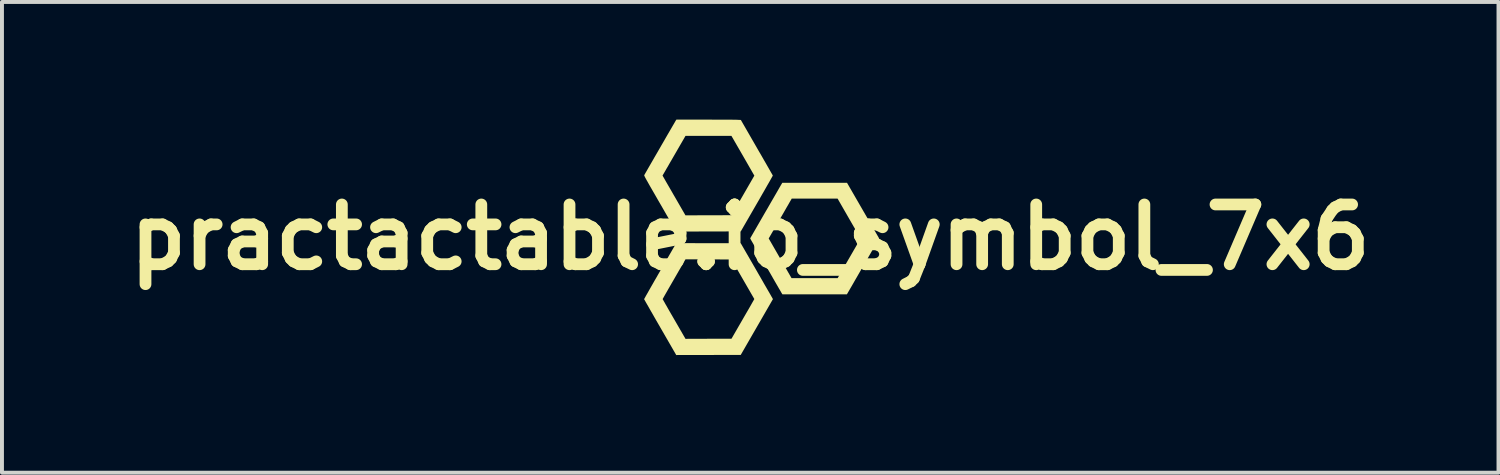
<source format=kicad_pcb>
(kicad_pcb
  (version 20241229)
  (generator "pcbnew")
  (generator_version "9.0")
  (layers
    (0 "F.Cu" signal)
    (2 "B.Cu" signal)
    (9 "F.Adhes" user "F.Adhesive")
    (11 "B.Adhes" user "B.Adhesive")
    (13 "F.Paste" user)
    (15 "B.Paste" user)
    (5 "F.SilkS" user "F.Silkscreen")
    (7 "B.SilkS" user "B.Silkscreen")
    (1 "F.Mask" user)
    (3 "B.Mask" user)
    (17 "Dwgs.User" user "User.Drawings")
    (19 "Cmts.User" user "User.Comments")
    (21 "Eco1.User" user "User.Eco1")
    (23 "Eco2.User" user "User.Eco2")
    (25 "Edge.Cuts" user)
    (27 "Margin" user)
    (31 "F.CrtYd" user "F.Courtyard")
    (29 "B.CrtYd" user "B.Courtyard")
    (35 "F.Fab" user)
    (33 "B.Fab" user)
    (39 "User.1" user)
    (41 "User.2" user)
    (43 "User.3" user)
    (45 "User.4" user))
  (footprint "practactable.io_symbol_7x6"
    (layer "F.Cu")
    (at 16.082 2.999)
    (property "Reference" "practactable.io_symbol_7x6" (at 0 0 0) (layer "F.SilkS") (effects (font (size 1.524 1.524) (thickness 0.3))))
    (attr board_only exclude_from_pos_files exclude_from_bom)
    (fp_poly (pts (xy 2.878 -0.678) (xy 3.288 0.032) (xy 2.906 0.694) (xy 2.856 0.78) (xy 2.807 0.865) (xy 2.76 0.946) (xy 2.716 1.023) (xy 2.674 1.095) (xy 2.636 1.162) (xy 2.601 1.223) (xy 2.57 1.276) (xy 2.544 1.321) (xy 2.523 1.358) (xy 2.507 1.385) (xy 2.497 1.402) (xy 2.495 1.406) (xy 2.465 1.457) (xy 0.821 1.457) (xy 0.811 1.442) (xy 0.806 1.433) (xy 0.794 1.414) (xy 0.778 1.385) (xy 0.756 1.347) (xy 0.729 1.302) (xy 0.699 1.249) (xy 0.665 1.191) (xy 0.628 1.127) (xy 0.589 1.059) (xy 0.548 0.987) (xy 0.505 0.912) (xy 0.461 0.836) (xy 0.416 0.758) (xy 0.371 0.681) (xy 0.327 0.604) (xy 0.284 0.529) (xy 0.242 0.456) (xy 0.202 0.387) (xy 0.164 0.321) (xy 0.129 0.261) (xy 0.098 0.206) (xy 0.071 0.158) (xy 0.048 0.118) (xy 0.029 0.086) (xy 0.017 0.064) (xy 0.01 0.051) (xy 0.009 0.049) (xy 0.000397 0.032) (xy 0.471 0.032) (xy 1.053 1.043) (xy 1.641 1.043) (xy 2.23 1.043) (xy 2.373 0.796) (xy 2.41 0.732) (xy 2.452 0.659) (xy 2.496 0.582) (xy 2.542 0.503) (xy 2.587 0.425) (xy 2.629 0.352) (xy 2.665 0.29) (xy 2.813 0.032) (xy 2.52 -0.476) (xy 2.228 -0.984) (xy 1.058 -0.984) (xy 1.029 -0.933) (xy 1.021 -0.92) (xy 1.007 -0.896) (xy 0.988 -0.862) (xy 0.964 -0.82) (xy 0.935 -0.771) (xy 0.903 -0.715) (xy 0.868 -0.654) (xy 0.83 -0.588) (xy 0.79 -0.519) (xy 0.748 -0.447) (xy 0.736 -0.425) (xy 0.471 0.032) (xy 0.000397 0.032) (xy -0.001 0.029) (xy 0.389 -0.647) (xy 0.44 -0.734) (xy 0.488 -0.818) (xy 0.535 -0.9) (xy 0.58 -0.977) (xy 0.621 -1.048) (xy 0.66 -1.115) (xy 0.694 -1.174) (xy 0.724 -1.227) (xy 0.75 -1.272) (xy 0.771 -1.308) (xy 0.786 -1.334) (xy 0.796 -1.35) (xy 0.799 -1.355) (xy 0.818 -1.388) (xy 2.468 -1.388)) (stroke (width 0) (type solid)) (fill yes) (layer "F.SilkS"))
    (fp_poly (pts (xy -1.064 0.153) (xy -0.242 0.154) (xy 0.158 0.846) (xy 0.209 0.935) (xy 0.258 1.02) (xy 0.305 1.101) (xy 0.349 1.179) (xy 0.391 1.251) (xy 0.429 1.317) (xy 0.464 1.377) (xy 0.494 1.429) (xy 0.52 1.474) (xy 0.54 1.51) (xy 0.556 1.537) (xy 0.565 1.553) (xy 0.568 1.559) (xy 0.579 1.579) (xy -0.242 3.002) (xy -1.887 3.005) (xy -2.296 2.297) (xy -2.347 2.208) (xy -2.397 2.122) (xy -2.444 2.04) (xy -2.488 1.962) (xy -2.53 1.89) (xy -2.568 1.823) (xy -2.602 1.763) (xy -2.632 1.711) (xy -2.658 1.666) (xy -2.678 1.63) (xy -2.693 1.603) (xy -2.703 1.586) (xy -2.706 1.58) (xy -2.705 1.578) (xy -2.233 1.578) (xy -2.23 1.585) (xy -2.22 1.602) (xy -2.206 1.628) (xy -2.185 1.664) (xy -2.161 1.708) (xy -2.131 1.759) (xy -2.099 1.816) (xy -2.063 1.879) (xy -2.024 1.947) (xy -1.982 2.019) (xy -1.942 2.088) (xy -1.651 2.592) (xy -1.065 2.59) (xy -0.478 2.589) (xy -0.199 2.106) (xy -0.157 2.033) (xy -0.116 1.962) (xy -0.077 1.895) (xy -0.041 1.833) (xy -0.008 1.776) (xy 0.021 1.725) (xy 0.045 1.682) (xy 0.065 1.647) (xy 0.08 1.621) (xy 0.089 1.605) (xy 0.092 1.6) (xy 0.104 1.576) (xy -0.187 1.072) (xy -0.478 0.568) (xy -1.064 0.566) (xy -1.651 0.564) (xy -1.671 0.599) (xy -1.747 0.731) (xy -1.818 0.853) (xy -1.882 0.964) (xy -1.94 1.065) (xy -1.992 1.155) (xy -2.039 1.236) (xy -2.08 1.307) (xy -2.115 1.369) (xy -2.146 1.423) (xy -2.172 1.468) (xy -2.193 1.505) (xy -2.209 1.534) (xy -2.221 1.555) (xy -2.229 1.569) (xy -2.233 1.577) (xy -2.233 1.578) (xy -2.705 1.578) (xy -2.703 1.573) (xy -2.693 1.556) (xy -2.678 1.529) (xy -2.658 1.492) (xy -2.632 1.447) (xy -2.602 1.394) (xy -2.568 1.334) (xy -2.53 1.267) (xy -2.488 1.194) (xy -2.444 1.116) (xy -2.396 1.034) (xy -2.347 0.948) (xy -2.297 0.861) (xy -1.887 0.151)) (stroke (width 0) (type solid)) (fill yes) (layer "F.SilkS"))
    (fp_poly (pts (xy -1.153 -2.999) (xy -1.054 -2.999) (xy -0.958 -2.998) (xy -0.864 -2.998) (xy -0.775 -2.998) (xy -0.691 -2.998) (xy -0.614 -2.997) (xy -0.543 -2.997) (xy -0.481 -2.997) (xy -0.428 -2.996) (xy -0.384 -2.996) (xy -0.352 -2.995) (xy -0.332 -2.994) (xy -0.331 -2.994) (xy -0.239 -2.99) (xy 0.167 -2.285) (xy 0.218 -2.196) (xy 0.268 -2.111) (xy 0.315 -2.029) (xy 0.359 -1.952) (xy 0.401 -1.88) (xy 0.439 -1.813) (xy 0.473 -1.754) (xy 0.503 -1.701) (xy 0.528 -1.657) (xy 0.549 -1.621) (xy 0.564 -1.595) (xy 0.573 -1.578) (xy 0.576 -1.573) (xy 0.573 -1.566) (xy 0.564 -1.549) (xy 0.549 -1.522) (xy 0.528 -1.485) (xy 0.503 -1.44) (xy 0.473 -1.387) (xy 0.438 -1.327) (xy 0.4 -1.26) (xy 0.359 -1.188) (xy 0.314 -1.11) (xy 0.267 -1.028) (xy 0.218 -0.942) (xy 0.168 -0.856) (xy -0.241 -0.148) (xy -1.065 -0.146) (xy -1.888 -0.144) (xy -1.97 -0.287) (xy -1.985 -0.313) (xy -2.006 -0.35) (xy -2.033 -0.396) (xy -2.064 -0.45) (xy -2.1 -0.512) (xy -2.139 -0.579) (xy -2.181 -0.652) (xy -2.225 -0.729) (xy -2.271 -0.809) (xy -2.319 -0.891) (xy -2.367 -0.974) (xy -2.381 -0.999) (xy -2.435 -1.093) (xy -2.483 -1.176) (xy -2.525 -1.249) (xy -2.562 -1.313) (xy -2.593 -1.368) (xy -2.619 -1.415) (xy -2.642 -1.454) (xy -2.66 -1.487) (xy -2.674 -1.513) (xy -2.685 -1.534) (xy -2.693 -1.551) (xy -2.699 -1.563) (xy -2.702 -1.572) (xy -2.236 -1.572) (xy -2.221 -1.545) (xy -2.216 -1.536) (xy -2.204 -1.516) (xy -2.187 -1.486) (xy -2.165 -1.447) (xy -2.139 -1.401) (xy -2.108 -1.348) (xy -2.074 -1.289) (xy -2.037 -1.225) (xy -1.997 -1.156) (xy -1.956 -1.084) (xy -1.929 -1.038) (xy -1.652 -0.558) (xy -1.065 -0.559) (xy -0.477 -0.561) (xy -0.186 -1.065) (xy 0.105 -1.57) (xy -0.187 -2.078) (xy -0.48 -2.585) (xy -1.65 -2.585) (xy -1.852 -2.236) (xy -1.891 -2.168) (xy -1.931 -2.099) (xy -1.971 -2.03) (xy -2.009 -1.964) (xy -2.046 -1.901) (xy -2.079 -1.843) (xy -2.108 -1.792) (xy -2.133 -1.751) (xy -2.145 -1.729) (xy -2.236 -1.572) (xy -2.702 -1.572) (xy -2.702 -1.572) (xy -2.703 -1.578) (xy -2.703 -1.582) (xy -2.702 -1.583) (xy -2.697 -1.593) (xy -2.686 -1.612) (xy -2.669 -1.642) (xy -2.647 -1.68) (xy -2.621 -1.726) (xy -2.591 -1.778) (xy -2.557 -1.837) (xy -2.52 -1.901) (xy -2.48 -1.97) (xy -2.439 -2.042) (xy -2.395 -2.117) (xy -2.351 -2.193) (xy -2.306 -2.271) (xy -2.262 -2.348) (xy -2.217 -2.425) (xy -2.174 -2.5) (xy -2.132 -2.573) (xy -2.092 -2.642) (xy -2.054 -2.707) (xy -2.019 -2.767) (xy -1.988 -2.821) (xy -1.96 -2.869) (xy -1.937 -2.908) (xy -1.919 -2.939) (xy -1.907 -2.961) (xy -1.9 -2.973) (xy -1.899 -2.974) (xy -1.883 -2.999)) (stroke (width 0) (type solid)) (fill yes) (layer "F.SilkS")))
  (gr_rect
    (start -3 -3)
    (end 35.164 9.004)
    (stroke (width 0.1) (type default))
    (fill no)
    (layer "Edge.Cuts")))
</source>
